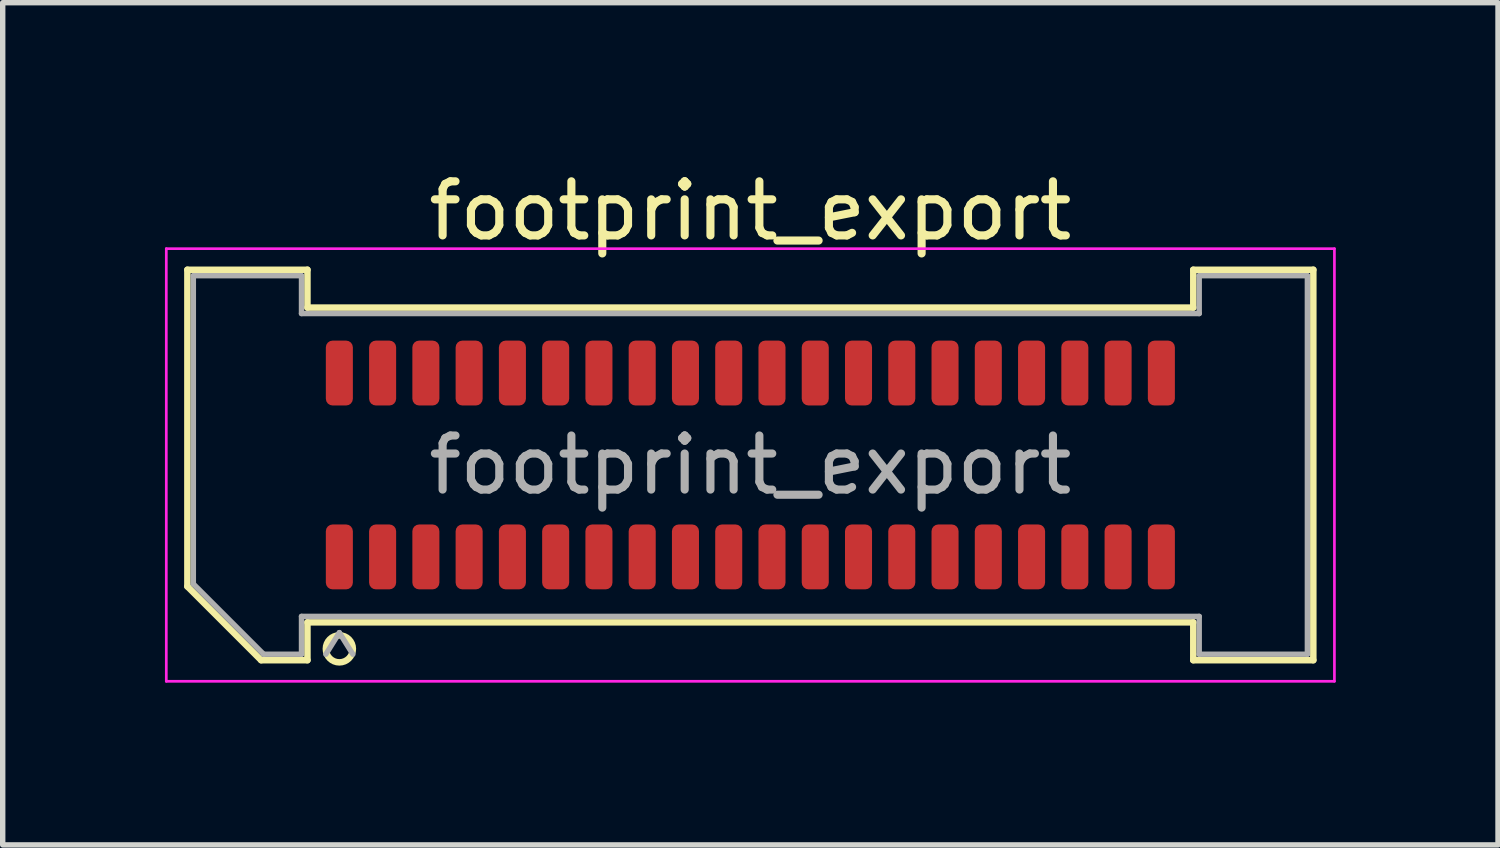
<source format=kicad_pcb>
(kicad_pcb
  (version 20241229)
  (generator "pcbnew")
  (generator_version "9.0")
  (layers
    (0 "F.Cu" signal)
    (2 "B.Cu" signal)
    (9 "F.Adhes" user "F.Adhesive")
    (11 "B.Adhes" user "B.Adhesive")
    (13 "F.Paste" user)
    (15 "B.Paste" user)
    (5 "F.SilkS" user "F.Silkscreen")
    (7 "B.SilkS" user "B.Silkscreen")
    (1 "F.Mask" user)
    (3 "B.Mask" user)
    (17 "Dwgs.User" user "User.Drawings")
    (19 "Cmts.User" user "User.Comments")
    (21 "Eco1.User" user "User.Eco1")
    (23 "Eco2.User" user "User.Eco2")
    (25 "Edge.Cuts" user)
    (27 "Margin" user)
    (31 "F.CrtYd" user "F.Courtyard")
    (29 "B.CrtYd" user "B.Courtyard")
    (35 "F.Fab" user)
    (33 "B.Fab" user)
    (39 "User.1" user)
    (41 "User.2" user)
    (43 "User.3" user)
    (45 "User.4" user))
  (footprint "footprint_export"
    (layer "F.Cu")
    (at 10.825 5.548)
    (property "Reference" "footprint_export" (at 0 -4.7 0) (layer "F.SilkS") (effects (font (size 1 1) (thickness 0.15))))
    (attr smd)
    (fp_line (start -10.41 -3.61) (end -8.19 -3.61) (stroke (width 0.12) (type solid)) (layer "F.SilkS"))
    (fp_line (start -10.41 2.246) (end -10.41 -3.61) (stroke (width 0.12) (type solid)) (layer "F.SilkS"))
    (fp_line (start -9.046 3.61) (end -10.41 2.246) (stroke (width 0.12) (type solid)) (layer "F.SilkS"))
    (fp_line (start -8.19 -3.61) (end -8.19 -2.91) (stroke (width 0.12) (type solid)) (layer "F.SilkS"))
    (fp_line (start -8.19 -2.91) (end 8.19 -2.91) (stroke (width 0.12) (type solid)) (layer "F.SilkS"))
    (fp_line (start -8.19 2.91) (end -8.19 3.61) (stroke (width 0.12) (type solid)) (layer "F.SilkS"))
    (fp_line (start -8.19 3.61) (end -9.046 3.61) (stroke (width 0.12) (type solid)) (layer "F.SilkS"))
    (fp_line (start 8.19 -3.61) (end 10.41 -3.61) (stroke (width 0.12) (type solid)) (layer "F.SilkS"))
    (fp_line (start 8.19 -2.91) (end 8.19 -3.61) (stroke (width 0.12) (type solid)) (layer "F.SilkS"))
    (fp_line (start 8.19 2.91) (end -8.19 2.91) (stroke (width 0.12) (type solid)) (layer "F.SilkS"))
    (fp_line (start 8.19 3.61) (end 8.19 2.91) (stroke (width 0.12) (type solid)) (layer "F.SilkS"))
    (fp_line (start 10.41 -3.61) (end 10.41 3.61) (stroke (width 0.12) (type solid)) (layer "F.SilkS"))
    (fp_line (start 10.41 3.61) (end 8.19 3.61) (stroke (width 0.12) (type solid)) (layer "F.SilkS"))
    (fp_arc (start -7.35 3.4) (mid -7.85 3.4) (end -7.35 3.4) (stroke (width 0.12) (type solid)) (layer "F.SilkS"))
    (fp_line (start -10.8 -4) (end -10.8 4) (stroke (width 0.05) (type solid)) (layer "F.CrtYd"))
    (fp_line (start -10.8 4) (end 10.8 4) (stroke (width 0.05) (type solid)) (layer "F.CrtYd"))
    (fp_line (start 10.8 -4) (end -10.8 -4) (stroke (width 0.05) (type solid)) (layer "F.CrtYd"))
    (fp_line (start 10.8 4) (end 10.8 -4) (stroke (width 0.05) (type solid)) (layer "F.CrtYd"))
    (fp_line (start -10.3 -3.5) (end -8.3 -3.5) (stroke (width 0.1) (type solid)) (layer "F.Fab"))
    (fp_line (start -10.3 2.2) (end -10.3 -3.5) (stroke (width 0.1) (type solid)) (layer "F.Fab"))
    (fp_line (start -9 3.5) (end -10.3 2.2) (stroke (width 0.1) (type solid)) (layer "F.Fab"))
    (fp_line (start -8.3 -3.5) (end -8.3 -2.8) (stroke (width 0.1) (type solid)) (layer "F.Fab"))
    (fp_line (start -8.3 -2.8) (end 8.3 -2.8) (stroke (width 0.1) (type solid)) (layer "F.Fab"))
    (fp_line (start -8.3 2.8) (end -8.3 3.5) (stroke (width 0.1) (type solid)) (layer "F.Fab"))
    (fp_line (start -8.3 3.5) (end -9 3.5) (stroke (width 0.1) (type solid)) (layer "F.Fab"))
    (fp_line (start -7.6 3.1) (end -7.85 3.5) (stroke (width 0.1) (type solid)) (layer "F.Fab"))
    (fp_line (start -7.6 3.1) (end -7.35 3.5) (stroke (width 0.1) (type solid)) (layer "F.Fab"))
    (fp_line (start 8.3 -3.5) (end 10.3 -3.5) (stroke (width 0.1) (type solid)) (layer "F.Fab"))
    (fp_line (start 8.3 -2.8) (end 8.3 -3.5) (stroke (width 0.1) (type solid)) (layer "F.Fab"))
    (fp_line (start 8.3 2.8) (end -8.3 2.8) (stroke (width 0.1) (type solid)) (layer "F.Fab"))
    (fp_line (start 8.3 3.5) (end 8.3 2.8) (stroke (width 0.1) (type solid)) (layer "F.Fab"))
    (fp_line (start 10.3 -3.5) (end 10.3 3.5) (stroke (width 0.1) (type solid)) (layer "F.Fab"))
    (fp_line (start 10.3 3.5) (end 8.3 3.5) (stroke (width 0.1) (type solid)) (layer "F.Fab"))
    (fp_text user "${REFERENCE}" (at 0 0 0) (layer "F.Fab") (effects (font (size 1 1) (thickness 0.15))))
    (pad "1" smd roundrect (at -7.6 1.7) (size 0.5 1.2) (layers "F.Cu" "F.Mask" "F.Paste") (roundrect_rratio 0.25))
    (pad "2" smd roundrect (at -7.6 -1.7) (size 0.5 1.2) (layers "F.Cu" "F.Mask" "F.Paste") (roundrect_rratio 0.25))
    (pad "3" smd roundrect (at -6.8 1.7) (size 0.5 1.2) (layers "F.Cu" "F.Mask" "F.Paste") (roundrect_rratio 0.25))
    (pad "4" smd roundrect (at -6.8 -1.7) (size 0.5 1.2) (layers "F.Cu" "F.Mask" "F.Paste") (roundrect_rratio 0.25))
    (pad "5" smd roundrect (at -6 1.7) (size 0.5 1.2) (layers "F.Cu" "F.Mask" "F.Paste") (roundrect_rratio 0.25))
    (pad "6" smd roundrect (at -6 -1.7) (size 0.5 1.2) (layers "F.Cu" "F.Mask" "F.Paste") (roundrect_rratio 0.25))
    (pad "7" smd roundrect (at -5.2 1.7) (size 0.5 1.2) (layers "F.Cu" "F.Mask" "F.Paste") (roundrect_rratio 0.25))
    (pad "8" smd roundrect (at -5.2 -1.7) (size 0.5 1.2) (layers "F.Cu" "F.Mask" "F.Paste") (roundrect_rratio 0.25))
    (pad "9" smd roundrect (at -4.4 1.7) (size 0.5 1.2) (layers "F.Cu" "F.Mask" "F.Paste") (roundrect_rratio 0.25))
    (pad "10" smd roundrect (at -4.4 -1.7) (size 0.5 1.2) (layers "F.Cu" "F.Mask" "F.Paste") (roundrect_rratio 0.25))
    (pad "11" smd roundrect (at -3.6 1.7) (size 0.5 1.2) (layers "F.Cu" "F.Mask" "F.Paste") (roundrect_rratio 0.25))
    (pad "12" smd roundrect (at -3.6 -1.7) (size 0.5 1.2) (layers "F.Cu" "F.Mask" "F.Paste") (roundrect_rratio 0.25))
    (pad "13" smd roundrect (at -2.8 1.7) (size 0.5 1.2) (layers "F.Cu" "F.Mask" "F.Paste") (roundrect_rratio 0.25))
    (pad "14" smd roundrect (at -2.8 -1.7) (size 0.5 1.2) (layers "F.Cu" "F.Mask" "F.Paste") (roundrect_rratio 0.25))
    (pad "15" smd roundrect (at -2 1.7) (size 0.5 1.2) (layers "F.Cu" "F.Mask" "F.Paste") (roundrect_rratio 0.25))
    (pad "16" smd roundrect (at -2 -1.7) (size 0.5 1.2) (layers "F.Cu" "F.Mask" "F.Paste") (roundrect_rratio 0.25))
    (pad "17" smd roundrect (at -1.2 1.7) (size 0.5 1.2) (layers "F.Cu" "F.Mask" "F.Paste") (roundrect_rratio 0.25))
    (pad "18" smd roundrect (at -1.2 -1.7) (size 0.5 1.2) (layers "F.Cu" "F.Mask" "F.Paste") (roundrect_rratio 0.25))
    (pad "19" smd roundrect (at -0.4 1.7) (size 0.5 1.2) (layers "F.Cu" "F.Mask" "F.Paste") (roundrect_rratio 0.25))
    (pad "20" smd roundrect (at -0.4 -1.7) (size 0.5 1.2) (layers "F.Cu" "F.Mask" "F.Paste") (roundrect_rratio 0.25))
    (pad "21" smd roundrect (at 0.4 1.7) (size 0.5 1.2) (layers "F.Cu" "F.Mask" "F.Paste") (roundrect_rratio 0.25))
    (pad "22" smd roundrect (at 0.4 -1.7) (size 0.5 1.2) (layers "F.Cu" "F.Mask" "F.Paste") (roundrect_rratio 0.25))
    (pad "23" smd roundrect (at 1.2 1.7) (size 0.5 1.2) (layers "F.Cu" "F.Mask" "F.Paste") (roundrect_rratio 0.25))
    (pad "24" smd roundrect (at 1.2 -1.7) (size 0.5 1.2) (layers "F.Cu" "F.Mask" "F.Paste") (roundrect_rratio 0.25))
    (pad "25" smd roundrect (at 2 1.7) (size 0.5 1.2) (layers "F.Cu" "F.Mask" "F.Paste") (roundrect_rratio 0.25))
    (pad "26" smd roundrect (at 2 -1.7) (size 0.5 1.2) (layers "F.Cu" "F.Mask" "F.Paste") (roundrect_rratio 0.25))
    (pad "27" smd roundrect (at 2.8 1.7) (size 0.5 1.2) (layers "F.Cu" "F.Mask" "F.Paste") (roundrect_rratio 0.25))
    (pad "28" smd roundrect (at 2.8 -1.7) (size 0.5 1.2) (layers "F.Cu" "F.Mask" "F.Paste") (roundrect_rratio 0.25))
    (pad "29" smd roundrect (at 3.6 1.7) (size 0.5 1.2) (layers "F.Cu" "F.Mask" "F.Paste") (roundrect_rratio 0.25))
    (pad "30" smd roundrect (at 3.6 -1.7) (size 0.5 1.2) (layers "F.Cu" "F.Mask" "F.Paste") (roundrect_rratio 0.25))
    (pad "31" smd roundrect (at 4.4 1.7) (size 0.5 1.2) (layers "F.Cu" "F.Mask" "F.Paste") (roundrect_rratio 0.25))
    (pad "32" smd roundrect (at 4.4 -1.7) (size 0.5 1.2) (layers "F.Cu" "F.Mask" "F.Paste") (roundrect_rratio 0.25))
    (pad "33" smd roundrect (at 5.2 1.7) (size 0.5 1.2) (layers "F.Cu" "F.Mask" "F.Paste") (roundrect_rratio 0.25))
    (pad "34" smd roundrect (at 5.2 -1.7) (size 0.5 1.2) (layers "F.Cu" "F.Mask" "F.Paste") (roundrect_rratio 0.25))
    (pad "35" smd roundrect (at 6 1.7) (size 0.5 1.2) (layers "F.Cu" "F.Mask" "F.Paste") (roundrect_rratio 0.25))
    (pad "36" smd roundrect (at 6 -1.7) (size 0.5 1.2) (layers "F.Cu" "F.Mask" "F.Paste") (roundrect_rratio 0.25))
    (pad "37" smd roundrect (at 6.8 1.7) (size 0.5 1.2) (layers "F.Cu" "F.Mask" "F.Paste") (roundrect_rratio 0.25))
    (pad "38" smd roundrect (at 6.8 -1.7) (size 0.5 1.2) (layers "F.Cu" "F.Mask" "F.Paste") (roundrect_rratio 0.25))
    (pad "39" smd roundrect (at 7.6 1.7) (size 0.5 1.2) (layers "F.Cu" "F.Mask" "F.Paste") (roundrect_rratio 0.25))
    (pad "40" smd roundrect (at 7.6 -1.7) (size 0.5 1.2) (layers "F.Cu" "F.Mask" "F.Paste") (roundrect_rratio 0.25)))
  (gr_rect
    (start -3 -3)
    (end 24.65 12.573)
    (stroke (width 0.1) (type default))
    (fill no)
    (layer "Edge.Cuts")))
</source>
